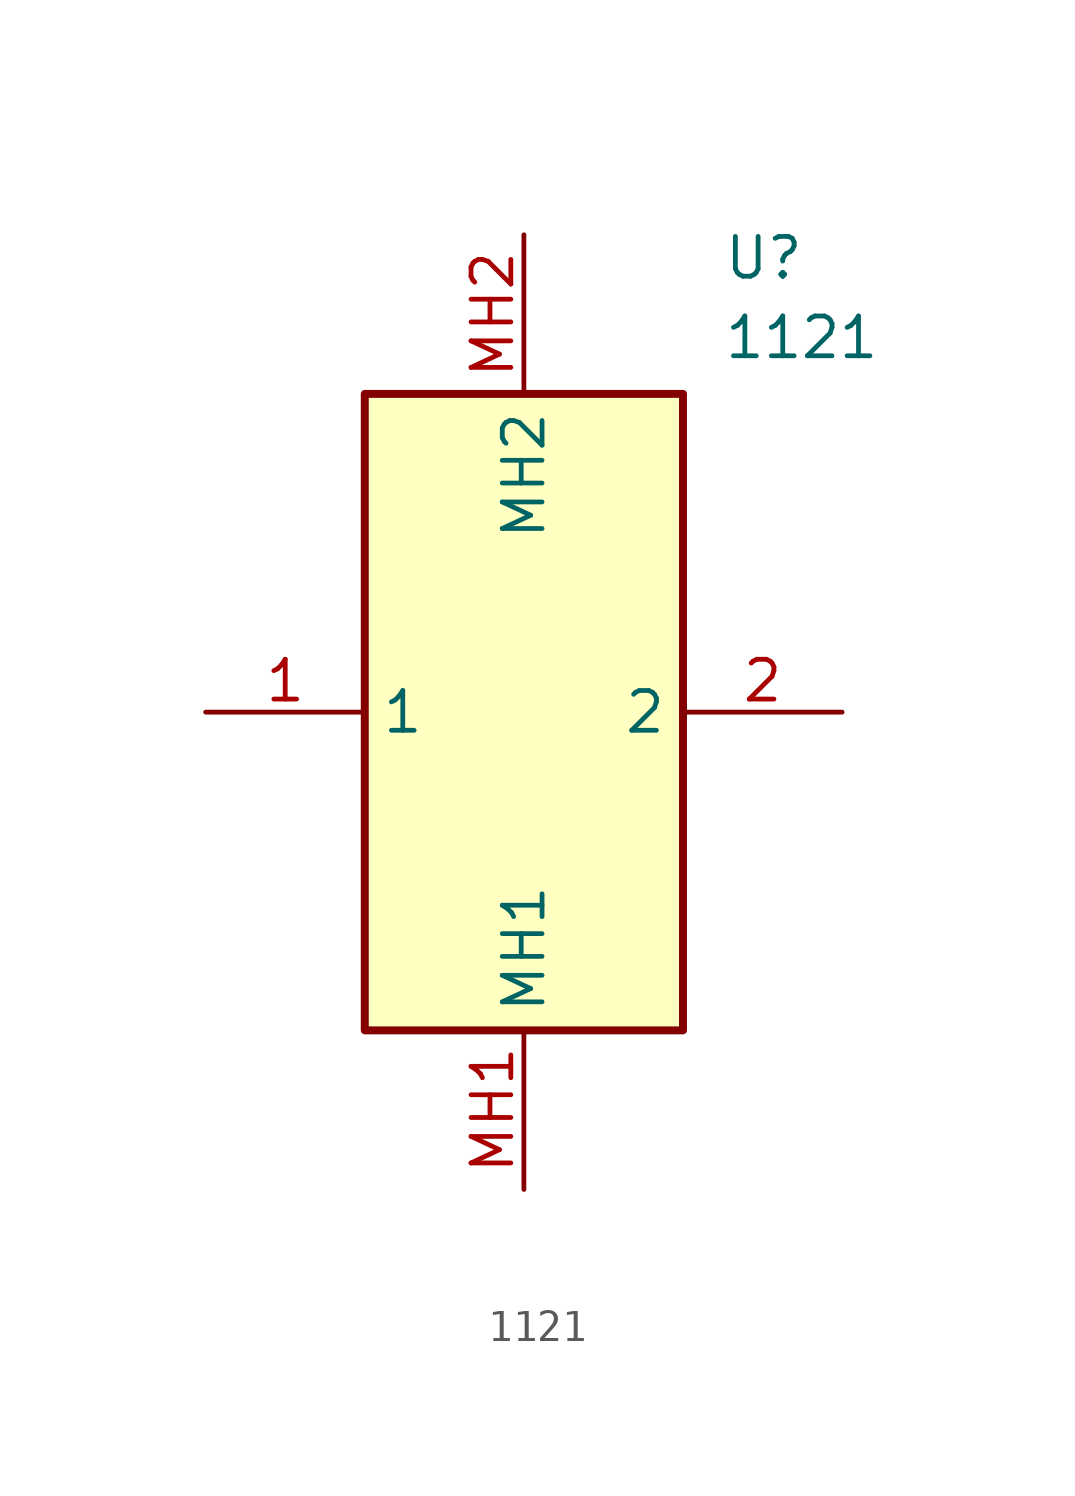
<source format=kicad_sym>
(kicad_symbol_lib
  (version 20211014)
  (generator SamacSys_ECAD_Model)
  (symbol "1121"
    (property "Reference" "U"
      (at 16.51 15.24 0)
      (effects (font (size 1.27 1.27)) (justify left top)))
    (property "Value" "1121"
      (at 16.51 12.7 0)
      (effects (font (size 1.27 1.27)) (justify left top)))
    (rectangle
      (start 5.08 10.16)
      (end 15.24 -10.16)
      (stroke (width 0.254) (type default))
      (fill (type background)))
    (pin passive line
      (at 0 0 0)
      (length 5.08)
      (name "1" (effects (font (size 1.27 1.27))))
      (number "1" (effects (font (size 1.27 1.27)))))
    (pin passive line
      (at 20.32 0 180)
      (length 5.08)
      (name "2" (effects (font (size 1.27 1.27))))
      (number "2" (effects (font (size 1.27 1.27)))))
    (pin passive line
      (at 10.16 -15.24 90)
      (length 5.08)
      (name "MH1" (effects (font (size 1.27 1.27))))
      (number "MH1" (effects (font (size 1.27 1.27)))))
    (pin passive line
      (at 10.16 15.24 270)
      (length 5.08)
      (name "MH2" (effects (font (size 1.27 1.27))))
      (number "MH2" (effects (font (size 1.27 1.27)))))))
</source>
